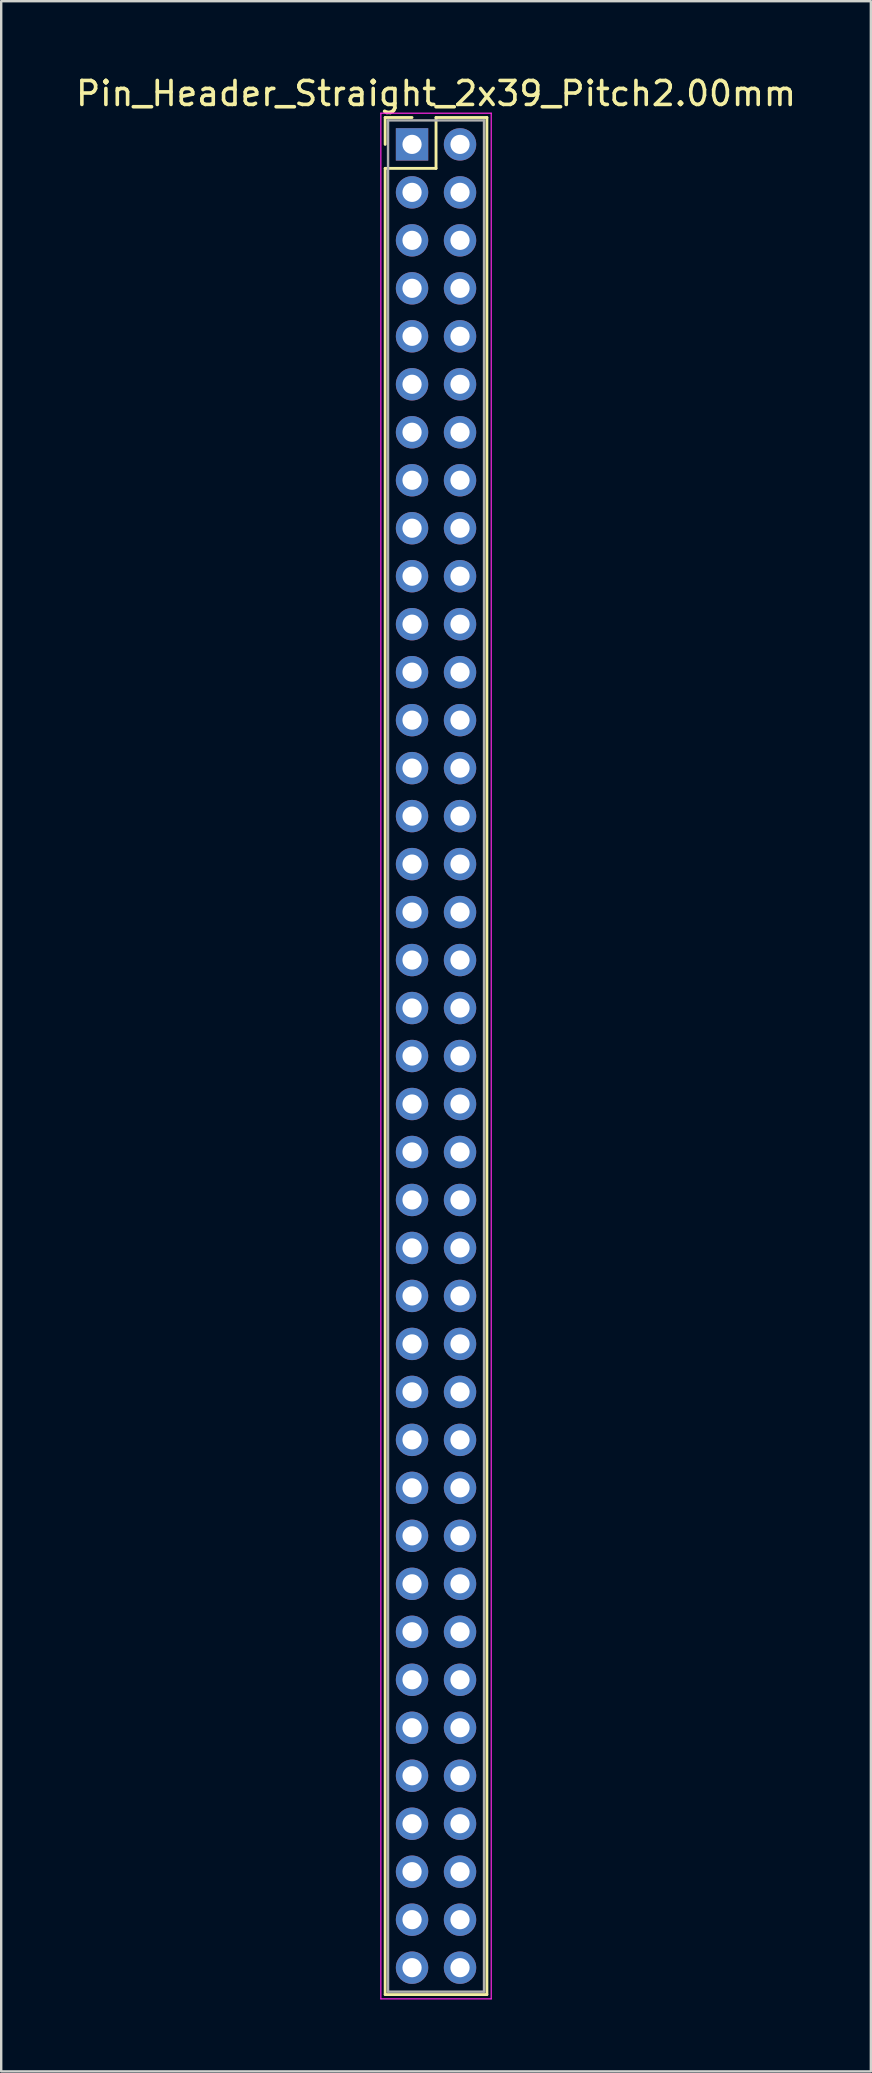
<source format=kicad_pcb>
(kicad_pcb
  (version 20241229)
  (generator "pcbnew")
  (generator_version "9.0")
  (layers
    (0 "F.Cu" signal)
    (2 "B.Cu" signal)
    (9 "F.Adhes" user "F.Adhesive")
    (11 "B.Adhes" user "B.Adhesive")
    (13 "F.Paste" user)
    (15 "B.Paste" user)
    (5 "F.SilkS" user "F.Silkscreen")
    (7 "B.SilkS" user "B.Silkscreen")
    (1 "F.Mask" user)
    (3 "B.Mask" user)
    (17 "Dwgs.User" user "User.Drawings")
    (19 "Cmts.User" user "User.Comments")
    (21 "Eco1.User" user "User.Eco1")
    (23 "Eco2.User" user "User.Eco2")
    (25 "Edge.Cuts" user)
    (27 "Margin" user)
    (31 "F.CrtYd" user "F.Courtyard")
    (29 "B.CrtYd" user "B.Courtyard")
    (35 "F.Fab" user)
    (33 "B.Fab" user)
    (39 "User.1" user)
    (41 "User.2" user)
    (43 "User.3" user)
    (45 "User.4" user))
  (footprint "Pin_Header_Straight_2x39_Pitch2.00mm"
    (layer "F.Cu")
    (at 14.125 2.968)
    (property "Reference" "Pin_Header_Straight_2x39_Pitch2.00mm" (at 1 -2.12 0) (layer "F.SilkS") (effects (font (size 1 1) (thickness 0.15))))
    (attr through_hole)
    (fp_line (start -1.12 -1.12) (end 0 -1.12) (stroke (width 0.12) (type solid)) (layer "F.SilkS"))
    (fp_line (start -1.12 0) (end -1.12 -1.12) (stroke (width 0.12) (type solid)) (layer "F.SilkS"))
    (fp_line (start -1.12 1) (end -1.12 77.12) (stroke (width 0.12) (type solid)) (layer "F.SilkS"))
    (fp_line (start -1.12 77.12) (end 3.12 77.12) (stroke (width 0.12) (type solid)) (layer "F.SilkS"))
    (fp_line (start 1 -1.12) (end 1 1) (stroke (width 0.12) (type solid)) (layer "F.SilkS"))
    (fp_line (start 1 1) (end -1.12 1) (stroke (width 0.12) (type solid)) (layer "F.SilkS"))
    (fp_line (start 3.12 -1.12) (end 1 -1.12) (stroke (width 0.12) (type solid)) (layer "F.SilkS"))
    (fp_line (start 3.12 77.12) (end 3.12 -1.12) (stroke (width 0.12) (type solid)) (layer "F.SilkS"))
    (fp_line (start -1.3 -1.3) (end -1.3 77.3) (stroke (width 0.05) (type solid)) (layer "F.CrtYd"))
    (fp_line (start -1.3 77.3) (end 3.3 77.3) (stroke (width 0.05) (type solid)) (layer "F.CrtYd"))
    (fp_line (start 3.3 -1.3) (end -1.3 -1.3) (stroke (width 0.05) (type solid)) (layer "F.CrtYd"))
    (fp_line (start 3.3 77.3) (end 3.3 -1.3) (stroke (width 0.05) (type solid)) (layer "F.CrtYd"))
    (fp_line (start -1 -1) (end -1 77) (stroke (width 0.1) (type solid)) (layer "F.Fab"))
    (fp_line (start -1 77) (end 3 77) (stroke (width 0.1) (type solid)) (layer "F.Fab"))
    (fp_line (start 3 -1) (end -1 -1) (stroke (width 0.1) (type solid)) (layer "F.Fab"))
    (fp_line (start 3 77) (end 3 -1) (stroke (width 0.1) (type solid)) (layer "F.Fab"))
    (pad "1" thru_hole rect (at 0 0) (size 1.35 1.35) (drill 0.8) (layers "*.Cu" "*.Mask"))
    (pad "2" thru_hole oval (at 2 0) (size 1.35 1.35) (drill 0.8) (layers "*.Cu" "*.Mask"))
    (pad "3" thru_hole oval (at 0 2) (size 1.35 1.35) (drill 0.8) (layers "*.Cu" "*.Mask"))
    (pad "4" thru_hole oval (at 2 2) (size 1.35 1.35) (drill 0.8) (layers "*.Cu" "*.Mask"))
    (pad "5" thru_hole oval (at 0 4) (size 1.35 1.35) (drill 0.8) (layers "*.Cu" "*.Mask"))
    (pad "6" thru_hole oval (at 2 4) (size 1.35 1.35) (drill 0.8) (layers "*.Cu" "*.Mask"))
    (pad "7" thru_hole oval (at 0 6) (size 1.35 1.35) (drill 0.8) (layers "*.Cu" "*.Mask"))
    (pad "8" thru_hole oval (at 2 6) (size 1.35 1.35) (drill 0.8) (layers "*.Cu" "*.Mask"))
    (pad "9" thru_hole oval (at 0 8) (size 1.35 1.35) (drill 0.8) (layers "*.Cu" "*.Mask"))
    (pad "10" thru_hole oval (at 2 8) (size 1.35 1.35) (drill 0.8) (layers "*.Cu" "*.Mask"))
    (pad "11" thru_hole oval (at 0 10) (size 1.35 1.35) (drill 0.8) (layers "*.Cu" "*.Mask"))
    (pad "12" thru_hole oval (at 2 10) (size 1.35 1.35) (drill 0.8) (layers "*.Cu" "*.Mask"))
    (pad "13" thru_hole oval (at 0 12) (size 1.35 1.35) (drill 0.8) (layers "*.Cu" "*.Mask"))
    (pad "14" thru_hole oval (at 2 12) (size 1.35 1.35) (drill 0.8) (layers "*.Cu" "*.Mask"))
    (pad "15" thru_hole oval (at 0 14) (size 1.35 1.35) (drill 0.8) (layers "*.Cu" "*.Mask"))
    (pad "16" thru_hole oval (at 2 14) (size 1.35 1.35) (drill 0.8) (layers "*.Cu" "*.Mask"))
    (pad "17" thru_hole oval (at 0 16) (size 1.35 1.35) (drill 0.8) (layers "*.Cu" "*.Mask"))
    (pad "18" thru_hole oval (at 2 16) (size 1.35 1.35) (drill 0.8) (layers "*.Cu" "*.Mask"))
    (pad "19" thru_hole oval (at 0 18) (size 1.35 1.35) (drill 0.8) (layers "*.Cu" "*.Mask"))
    (pad "20" thru_hole oval (at 2 18) (size 1.35 1.35) (drill 0.8) (layers "*.Cu" "*.Mask"))
    (pad "21" thru_hole oval (at 0 20) (size 1.35 1.35) (drill 0.8) (layers "*.Cu" "*.Mask"))
    (pad "22" thru_hole oval (at 2 20) (size 1.35 1.35) (drill 0.8) (layers "*.Cu" "*.Mask"))
    (pad "23" thru_hole oval (at 0 22) (size 1.35 1.35) (drill 0.8) (layers "*.Cu" "*.Mask"))
    (pad "24" thru_hole oval (at 2 22) (size 1.35 1.35) (drill 0.8) (layers "*.Cu" "*.Mask"))
    (pad "25" thru_hole oval (at 0 24) (size 1.35 1.35) (drill 0.8) (layers "*.Cu" "*.Mask"))
    (pad "26" thru_hole oval (at 2 24) (size 1.35 1.35) (drill 0.8) (layers "*.Cu" "*.Mask"))
    (pad "27" thru_hole oval (at 0 26) (size 1.35 1.35) (drill 0.8) (layers "*.Cu" "*.Mask"))
    (pad "28" thru_hole oval (at 2 26) (size 1.35 1.35) (drill 0.8) (layers "*.Cu" "*.Mask"))
    (pad "29" thru_hole oval (at 0 28) (size 1.35 1.35) (drill 0.8) (layers "*.Cu" "*.Mask"))
    (pad "30" thru_hole oval (at 2 28) (size 1.35 1.35) (drill 0.8) (layers "*.Cu" "*.Mask"))
    (pad "31" thru_hole oval (at 0 30) (size 1.35 1.35) (drill 0.8) (layers "*.Cu" "*.Mask"))
    (pad "32" thru_hole oval (at 2 30) (size 1.35 1.35) (drill 0.8) (layers "*.Cu" "*.Mask"))
    (pad "33" thru_hole oval (at 0 32) (size 1.35 1.35) (drill 0.8) (layers "*.Cu" "*.Mask"))
    (pad "34" thru_hole oval (at 2 32) (size 1.35 1.35) (drill 0.8) (layers "*.Cu" "*.Mask"))
    (pad "35" thru_hole oval (at 0 34) (size 1.35 1.35) (drill 0.8) (layers "*.Cu" "*.Mask"))
    (pad "36" thru_hole oval (at 2 34) (size 1.35 1.35) (drill 0.8) (layers "*.Cu" "*.Mask"))
    (pad "37" thru_hole oval (at 0 36) (size 1.35 1.35) (drill 0.8) (layers "*.Cu" "*.Mask"))
    (pad "38" thru_hole oval (at 2 36) (size 1.35 1.35) (drill 0.8) (layers "*.Cu" "*.Mask"))
    (pad "39" thru_hole oval (at 0 38) (size 1.35 1.35) (drill 0.8) (layers "*.Cu" "*.Mask"))
    (pad "40" thru_hole oval (at 2 38) (size 1.35 1.35) (drill 0.8) (layers "*.Cu" "*.Mask"))
    (pad "41" thru_hole oval (at 0 40) (size 1.35 1.35) (drill 0.8) (layers "*.Cu" "*.Mask"))
    (pad "42" thru_hole oval (at 2 40) (size 1.35 1.35) (drill 0.8) (layers "*.Cu" "*.Mask"))
    (pad "43" thru_hole oval (at 0 42) (size 1.35 1.35) (drill 0.8) (layers "*.Cu" "*.Mask"))
    (pad "44" thru_hole oval (at 2 42) (size 1.35 1.35) (drill 0.8) (layers "*.Cu" "*.Mask"))
    (pad "45" thru_hole oval (at 0 44) (size 1.35 1.35) (drill 0.8) (layers "*.Cu" "*.Mask"))
    (pad "46" thru_hole oval (at 2 44) (size 1.35 1.35) (drill 0.8) (layers "*.Cu" "*.Mask"))
    (pad "47" thru_hole oval (at 0 46) (size 1.35 1.35) (drill 0.8) (layers "*.Cu" "*.Mask"))
    (pad "48" thru_hole oval (at 2 46) (size 1.35 1.35) (drill 0.8) (layers "*.Cu" "*.Mask"))
    (pad "49" thru_hole oval (at 0 48) (size 1.35 1.35) (drill 0.8) (layers "*.Cu" "*.Mask"))
    (pad "50" thru_hole oval (at 2 48) (size 1.35 1.35) (drill 0.8) (layers "*.Cu" "*.Mask"))
    (pad "51" thru_hole oval (at 0 50) (size 1.35 1.35) (drill 0.8) (layers "*.Cu" "*.Mask"))
    (pad "52" thru_hole oval (at 2 50) (size 1.35 1.35) (drill 0.8) (layers "*.Cu" "*.Mask"))
    (pad "53" thru_hole oval (at 0 52) (size 1.35 1.35) (drill 0.8) (layers "*.Cu" "*.Mask"))
    (pad "54" thru_hole oval (at 2 52) (size 1.35 1.35) (drill 0.8) (layers "*.Cu" "*.Mask"))
    (pad "55" thru_hole oval (at 0 54) (size 1.35 1.35) (drill 0.8) (layers "*.Cu" "*.Mask"))
    (pad "56" thru_hole oval (at 2 54) (size 1.35 1.35) (drill 0.8) (layers "*.Cu" "*.Mask"))
    (pad "57" thru_hole oval (at 0 56) (size 1.35 1.35) (drill 0.8) (layers "*.Cu" "*.Mask"))
    (pad "58" thru_hole oval (at 2 56) (size 1.35 1.35) (drill 0.8) (layers "*.Cu" "*.Mask"))
    (pad "59" thru_hole oval (at 0 58) (size 1.35 1.35) (drill 0.8) (layers "*.Cu" "*.Mask"))
    (pad "60" thru_hole oval (at 2 58) (size 1.35 1.35) (drill 0.8) (layers "*.Cu" "*.Mask"))
    (pad "61" thru_hole oval (at 0 60) (size 1.35 1.35) (drill 0.8) (layers "*.Cu" "*.Mask"))
    (pad "62" thru_hole oval (at 2 60) (size 1.35 1.35) (drill 0.8) (layers "*.Cu" "*.Mask"))
    (pad "63" thru_hole oval (at 0 62) (size 1.35 1.35) (drill 0.8) (layers "*.Cu" "*.Mask"))
    (pad "64" thru_hole oval (at 2 62) (size 1.35 1.35) (drill 0.8) (layers "*.Cu" "*.Mask"))
    (pad "65" thru_hole oval (at 0 64) (size 1.35 1.35) (drill 0.8) (layers "*.Cu" "*.Mask"))
    (pad "66" thru_hole oval (at 2 64) (size 1.35 1.35) (drill 0.8) (layers "*.Cu" "*.Mask"))
    (pad "67" thru_hole oval (at 0 66) (size 1.35 1.35) (drill 0.8) (layers "*.Cu" "*.Mask"))
    (pad "68" thru_hole oval (at 2 66) (size 1.35 1.35) (drill 0.8) (layers "*.Cu" "*.Mask"))
    (pad "69" thru_hole oval (at 0 68) (size 1.35 1.35) (drill 0.8) (layers "*.Cu" "*.Mask"))
    (pad "70" thru_hole oval (at 2 68) (size 1.35 1.35) (drill 0.8) (layers "*.Cu" "*.Mask"))
    (pad "71" thru_hole oval (at 0 70) (size 1.35 1.35) (drill 0.8) (layers "*.Cu" "*.Mask"))
    (pad "72" thru_hole oval (at 2 70) (size 1.35 1.35) (drill 0.8) (layers "*.Cu" "*.Mask"))
    (pad "73" thru_hole oval (at 0 72) (size 1.35 1.35) (drill 0.8) (layers "*.Cu" "*.Mask"))
    (pad "74" thru_hole oval (at 2 72) (size 1.35 1.35) (drill 0.8) (layers "*.Cu" "*.Mask"))
    (pad "75" thru_hole oval (at 0 74) (size 1.35 1.35) (drill 0.8) (layers "*.Cu" "*.Mask"))
    (pad "76" thru_hole oval (at 2 74) (size 1.35 1.35) (drill 0.8) (layers "*.Cu" "*.Mask"))
    (pad "77" thru_hole oval (at 0 76) (size 1.35 1.35) (drill 0.8) (layers "*.Cu" "*.Mask"))
    (pad "78" thru_hole oval (at 2 76) (size 1.35 1.35) (drill 0.8) (layers "*.Cu" "*.Mask")))
  (gr_rect
    (start -3 -3)
    (end 33.25 83.293)
    (stroke (width 0.1) (type default))
    (fill no)
    (layer "Edge.Cuts")))
</source>
